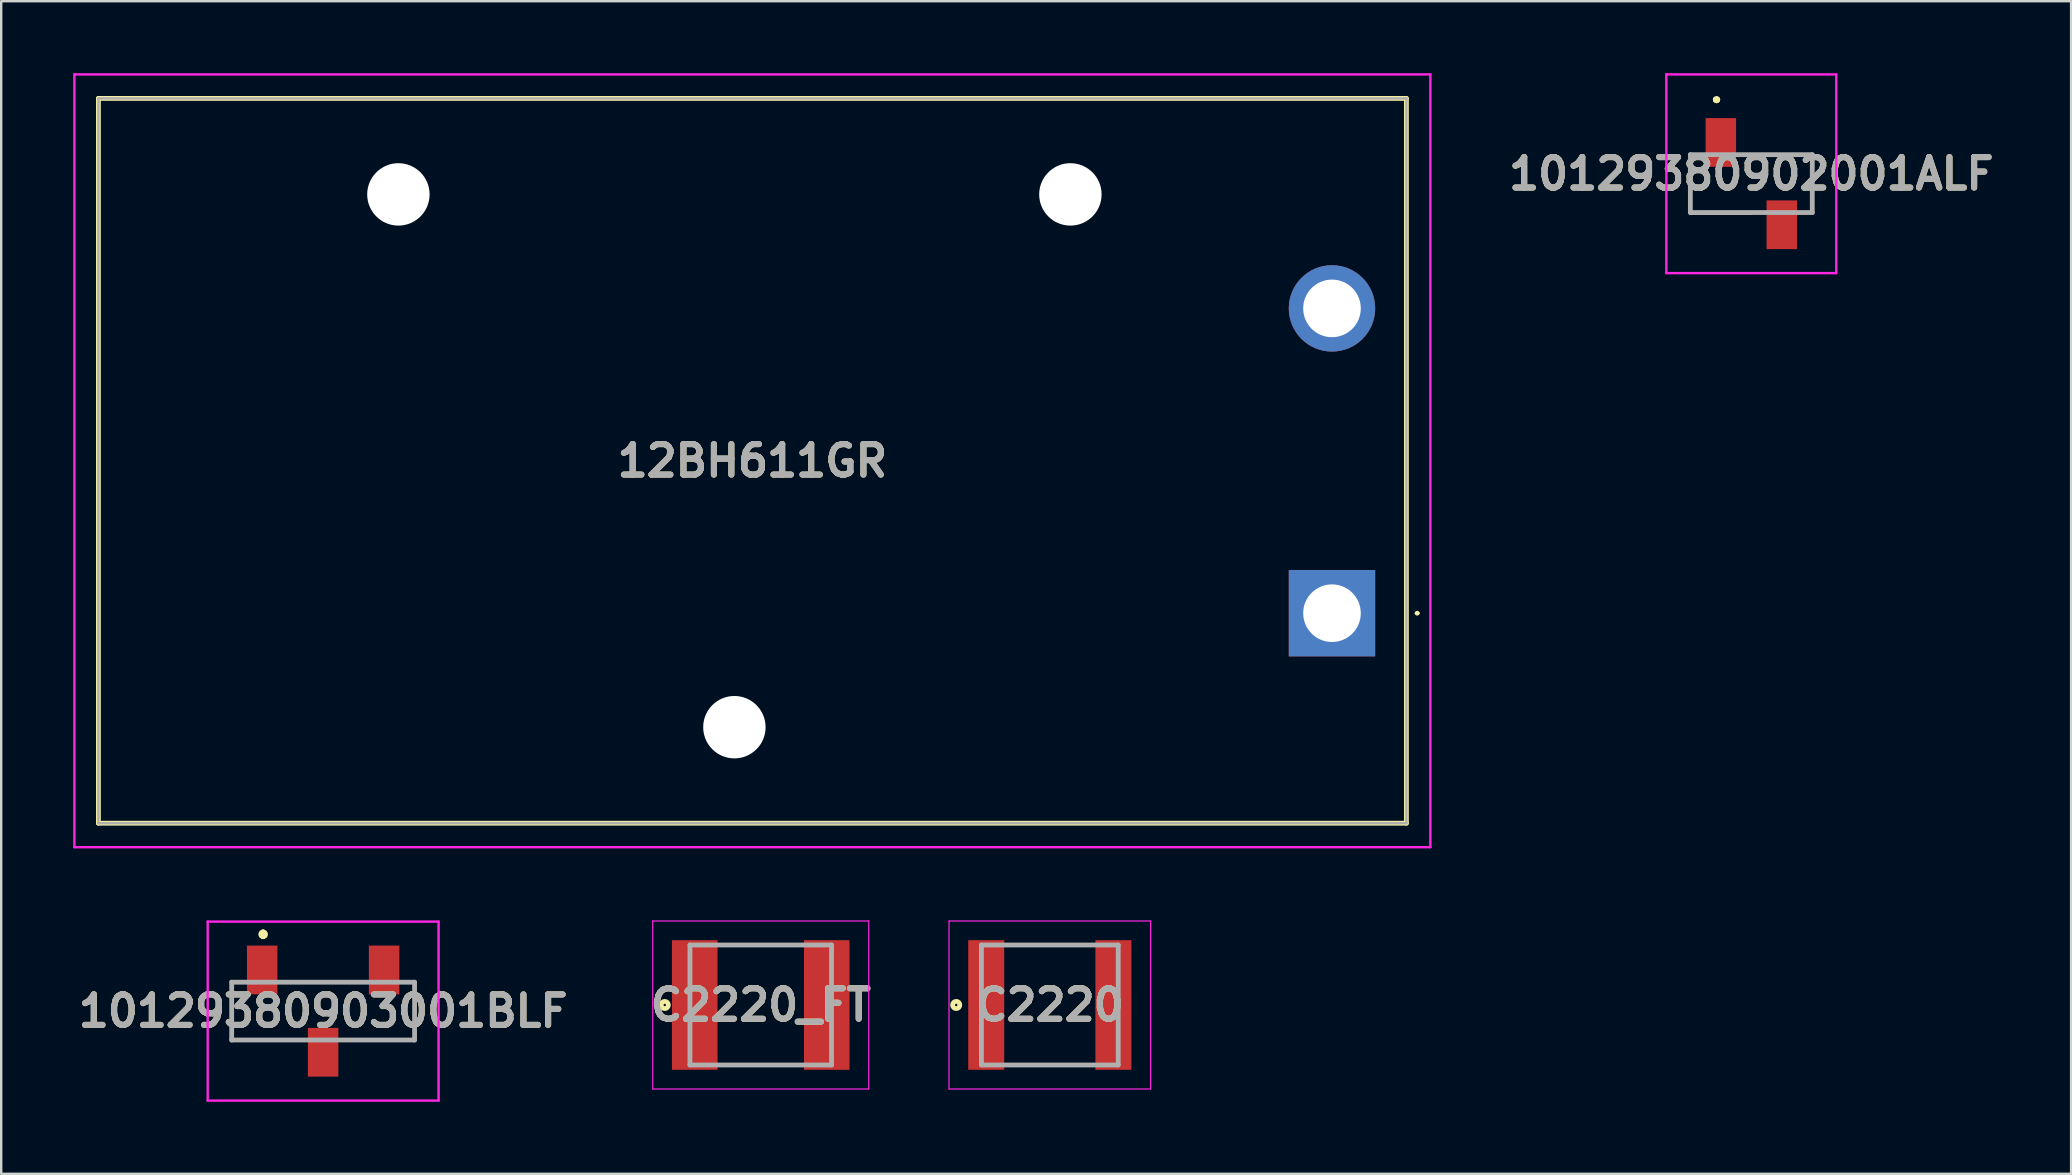
<source format=kicad_pcb>
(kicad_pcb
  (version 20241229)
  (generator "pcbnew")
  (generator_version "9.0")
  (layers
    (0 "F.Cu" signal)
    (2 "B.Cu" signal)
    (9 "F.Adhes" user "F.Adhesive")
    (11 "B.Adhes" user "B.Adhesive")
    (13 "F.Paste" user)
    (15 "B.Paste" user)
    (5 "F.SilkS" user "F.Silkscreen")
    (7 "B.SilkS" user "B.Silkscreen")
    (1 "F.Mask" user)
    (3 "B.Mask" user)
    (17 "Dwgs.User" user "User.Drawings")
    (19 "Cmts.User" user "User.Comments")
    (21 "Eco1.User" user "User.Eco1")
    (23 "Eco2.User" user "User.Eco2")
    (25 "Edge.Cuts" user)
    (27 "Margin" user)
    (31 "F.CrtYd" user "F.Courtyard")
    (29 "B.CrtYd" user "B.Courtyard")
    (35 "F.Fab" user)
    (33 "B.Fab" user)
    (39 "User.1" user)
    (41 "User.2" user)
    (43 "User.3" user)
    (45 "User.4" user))
  (footprint "C2220"
    (layer "F.Cu")
    (at 40.693 38.825)
    (property "Reference" "C2220" (at 0 0 0) (layer "F.SilkS") (effects (font (size 1.27 1.27) (thickness 0.254))))
    (attr smd)
    (fp_circle (center -3.9 0) (end -3.9 0.05) (stroke (width 0.2) (type solid)) (fill no) (layer "F.SilkS"))
    (fp_line (start -4.2 -3.5) (end 4.2 -3.5) (stroke (width 0.05) (type solid)) (layer "F.CrtYd"))
    (fp_line (start -4.2 3.5) (end -4.2 -3.5) (stroke (width 0.05) (type solid)) (layer "F.CrtYd"))
    (fp_line (start 4.2 -3.5) (end 4.2 3.5) (stroke (width 0.05) (type solid)) (layer "F.CrtYd"))
    (fp_line (start 4.2 3.5) (end -4.2 3.5) (stroke (width 0.05) (type solid)) (layer "F.CrtYd"))
    (fp_line (start -2.85 -2.5) (end 2.85 -2.5) (stroke (width 0.2) (type solid)) (layer "F.Fab"))
    (fp_line (start -2.85 2.5) (end -2.85 -2.5) (stroke (width 0.2) (type solid)) (layer "F.Fab"))
    (fp_line (start 2.85 -2.5) (end 2.85 2.5) (stroke (width 0.2) (type solid)) (layer "F.Fab"))
    (fp_line (start 2.85 2.5) (end -2.85 2.5) (stroke (width 0.2) (type solid)) (layer "F.Fab"))
    (fp_text user "${REFERENCE}" (at 0 0 0) (layer "F.Fab") (effects (font (size 1.27 1.27) (thickness 0.254))))
    (pad "1" smd rect (at -2.65 0) (size 1.5 5.4) (layers "F.Cu" "F.Mask" "F.Paste"))
    (pad "2" smd rect (at 2.65 0) (size 1.5 5.4) (layers "F.Cu" "F.Mask" "F.Paste")))
  (footprint "C2220_FT"
    (layer "F.Cu")
    (at 28.648 38.825)
    (property "Reference" "C2220_FT" (at 0 0 0) (layer "F.SilkS") (effects (font (size 1.27 1.27) (thickness 0.254))))
    (attr smd)
    (fp_circle (center -4 0) (end -4 0.05) (stroke (width 0.2) (type solid)) (fill no) (layer "F.SilkS"))
    (fp_line (start -4.5 -3.5) (end 4.5 -3.5) (stroke (width 0.05) (type solid)) (layer "F.CrtYd"))
    (fp_line (start -4.5 3.5) (end -4.5 -3.5) (stroke (width 0.05) (type solid)) (layer "F.CrtYd"))
    (fp_line (start 4.5 -3.5) (end 4.5 3.5) (stroke (width 0.05) (type solid)) (layer "F.CrtYd"))
    (fp_line (start 4.5 3.5) (end -4.5 3.5) (stroke (width 0.05) (type solid)) (layer "F.CrtYd"))
    (fp_line (start -2.95 -2.5) (end 2.95 -2.5) (stroke (width 0.2) (type solid)) (layer "F.Fab"))
    (fp_line (start -2.95 2.5) (end -2.95 -2.5) (stroke (width 0.2) (type solid)) (layer "F.Fab"))
    (fp_line (start 2.95 -2.5) (end 2.95 2.5) (stroke (width 0.2) (type solid)) (layer "F.Fab"))
    (fp_line (start 2.95 2.5) (end -2.95 2.5) (stroke (width 0.2) (type solid)) (layer "F.Fab"))
    (fp_text user "${REFERENCE}" (at 0 0 0) (layer "F.Fab") (effects (font (size 1.27 1.27) (thickness 0.254))))
    (pad "1" smd rect (at -2.75 0) (size 1.9 5.4) (layers "F.Cu" "F.Mask" "F.Paste"))
    (pad "2" smd rect (at 2.75 0) (size 1.9 5.4) (layers "F.Cu" "F.Mask" "F.Paste")))
  (footprint "10129380902001ALF"
    (layer "F.Cu")
    (at 69.923 4.6)
    (property "Reference" "10129380902001ALF" (at 0 -0.41 0) (layer "F.SilkS") (effects (font (size 1.27 1.27) (thickness 0.254))))
    (attr smd)
    (fp_line (start -2.54 -1.205) (end -2.54 -1.205) (stroke (width 0.1) (type solid)) (layer "F.SilkS"))
    (fp_line (start -2.54 -1.205) (end -2.54 1.205) (stroke (width 0.1) (type solid)) (layer "F.SilkS"))
    (fp_line (start -2.54 1.205) (end -2.54 -1.205) (stroke (width 0.1) (type solid)) (layer "F.SilkS"))
    (fp_line (start -2.54 1.205) (end -2.54 1.205) (stroke (width 0.1) (type solid)) (layer "F.SilkS"))
    (fp_line (start -2.54 1.25) (end -2.54 1.25) (stroke (width 0.1) (type solid)) (layer "F.SilkS"))
    (fp_line (start -2.54 1.25) (end 0 1.25) (stroke (width 0.1) (type solid)) (layer "F.SilkS"))
    (fp_line (start -1.5 -3.5) (end -1.5 -3.5) (stroke (width 0.2) (type solid)) (layer "F.SilkS"))
    (fp_line (start -1.5 -3.5) (end -1.5 -3.5) (stroke (width 0.2) (type solid)) (layer "F.SilkS"))
    (fp_line (start -1.4 -3.5) (end -1.4 -3.5) (stroke (width 0.2) (type solid)) (layer "F.SilkS"))
    (fp_line (start 0 -1.205) (end 0 -1.205) (stroke (width 0.1) (type solid)) (layer "F.SilkS"))
    (fp_line (start 0 -1.205) (end 2.54 -1.205) (stroke (width 0.1) (type solid)) (layer "F.SilkS"))
    (fp_line (start 0 1.25) (end -2.54 1.25) (stroke (width 0.1) (type solid)) (layer "F.SilkS"))
    (fp_line (start 0 1.25) (end 0 1.25) (stroke (width 0.1) (type solid)) (layer "F.SilkS"))
    (fp_line (start 2.54 -1.205) (end 0 -1.205) (stroke (width 0.1) (type solid)) (layer "F.SilkS"))
    (fp_line (start 2.54 -1.205) (end 2.54 -1.205) (stroke (width 0.1) (type solid)) (layer "F.SilkS"))
    (fp_line (start 2.54 -1.205) (end 2.54 -1.205) (stroke (width 0.1) (type solid)) (layer "F.SilkS"))
    (fp_line (start 2.54 -1.205) (end 2.54 1.205) (stroke (width 0.1) (type solid)) (layer "F.SilkS"))
    (fp_line (start 2.54 1.205) (end 2.54 -1.205) (stroke (width 0.1) (type solid)) (layer "F.SilkS"))
    (fp_line (start 2.54 1.205) (end 2.54 1.205) (stroke (width 0.1) (type solid)) (layer "F.SilkS"))
    (fp_arc (start -1.5 -3.5) (mid -1.45 -3.55) (end -1.4 -3.5) (stroke (width 0.2) (type solid)) (layer "F.SilkS"))
    (fp_arc (start -1.4 -3.5) (mid -1.45 -3.45) (end -1.5 -3.5) (stroke (width 0.2) (type solid)) (layer "F.SilkS"))
    (fp_arc (start -1.4 -3.5) (mid -1.45 -3.45) (end -1.5 -3.5) (stroke (width 0.2) (type solid)) (layer "F.SilkS"))
    (fp_line (start -3.54 -4.55) (end 3.54 -4.55) (stroke (width 0.1) (type solid)) (layer "F.CrtYd"))
    (fp_line (start -3.54 3.73) (end -3.54 -4.55) (stroke (width 0.1) (type solid)) (layer "F.CrtYd"))
    (fp_line (start 3.54 -4.55) (end 3.54 3.73) (stroke (width 0.1) (type solid)) (layer "F.CrtYd"))
    (fp_line (start 3.54 3.73) (end -3.54 3.73) (stroke (width 0.1) (type solid)) (layer "F.CrtYd"))
    (fp_line (start -2.54 -1.205) (end -2.54 1.205) (stroke (width 0.2) (type solid)) (layer "F.Fab"))
    (fp_line (start -2.54 1.205) (end 2.54 1.205) (stroke (width 0.2) (type solid)) (layer "F.Fab"))
    (fp_line (start 2.54 -1.205) (end -2.54 -1.205) (stroke (width 0.2) (type solid)) (layer "F.Fab"))
    (fp_line (start 2.54 1.205) (end 2.54 -1.205) (stroke (width 0.2) (type solid)) (layer "F.Fab"))
    (fp_text user "${REFERENCE}" (at 0 -0.41 0) (layer "F.Fab") (effects (font (size 1.27 1.27) (thickness 0.254))))
    (pad "1" smd rect (at -1.27 -1.715) (size 1.27 2.03) (layers "F.Cu" "F.Mask" "F.Paste"))
    (pad "2" smd rect (at 1.27 1.715) (size 1.27 2.03) (layers "F.Cu" "F.Mask" "F.Paste")))
  (footprint "12BH611GR"
    (layer "F.Cu")
    (at 52.45 22.5)
    (property "Reference" "12BH611GR" (at -24.15 -6.35 0) (layer "F.SilkS") (effects (font (size 1.27 1.27) (thickness 0.254))))
    (attr through_hole)
    (fp_line (start -51.4 -21.45) (end -51.4 8.75) (stroke (width 0.2) (type solid)) (layer "F.SilkS"))
    (fp_line (start -51.4 8.75) (end 3.1 8.75) (stroke (width 0.2) (type solid)) (layer "F.SilkS"))
    (fp_line (start 3.1 -21.45) (end -51.4 -21.45) (stroke (width 0.2) (type solid)) (layer "F.SilkS"))
    (fp_line (start 3.1 8.75) (end 3.1 -21.45) (stroke (width 0.2) (type solid)) (layer "F.SilkS"))
    (fp_line (start 3.5 0) (end 3.5 0) (stroke (width 0.1) (type solid)) (layer "F.SilkS"))
    (fp_line (start 3.6 0) (end 3.6 0) (stroke (width 0.1) (type solid)) (layer "F.SilkS"))
    (fp_arc (start 3.5 0) (mid 3.55 -0.05) (end 3.6 0) (stroke (width 0.1) (type solid)) (layer "F.SilkS"))
    (fp_arc (start 3.6 0) (mid 3.55 0.05) (end 3.5 0) (stroke (width 0.1) (type solid)) (layer "F.SilkS"))
    (fp_line (start -52.4 -22.45) (end 4.1 -22.45) (stroke (width 0.1) (type solid)) (layer "F.CrtYd"))
    (fp_line (start -52.4 9.75) (end -52.4 -22.45) (stroke (width 0.1) (type solid)) (layer "F.CrtYd"))
    (fp_line (start 4.1 -22.45) (end 4.1 9.75) (stroke (width 0.1) (type solid)) (layer "F.CrtYd"))
    (fp_line (start 4.1 9.75) (end -52.4 9.75) (stroke (width 0.1) (type solid)) (layer "F.CrtYd"))
    (fp_line (start -51.4 -21.45) (end 3.1 -21.45) (stroke (width 0.1) (type solid)) (layer "F.Fab"))
    (fp_line (start -51.4 8.75) (end -51.4 -21.45) (stroke (width 0.1) (type solid)) (layer "F.Fab"))
    (fp_line (start 3.1 -21.45) (end 3.1 8.75) (stroke (width 0.1) (type solid)) (layer "F.Fab"))
    (fp_line (start 3.1 8.75) (end -51.4 8.75) (stroke (width 0.1) (type solid)) (layer "F.Fab"))
    (fp_text user "${REFERENCE}" (at -24.15 -6.35 0) (layer "F.Fab") (effects (font (size 1.27 1.27) (thickness 0.254))))
    (pad "" np_thru_hole circle (at -38.9 -17.45) (size 2.6 2.6) (drill 2.6) (layers "*.Cu" "*.Mask"))
    (pad "" np_thru_hole circle (at -24.9 4.75) (size 2.6 2.6) (drill 2.6) (layers "*.Cu" "*.Mask"))
    (pad "" np_thru_hole circle (at -10.9 -17.45) (size 2.6 2.6) (drill 2.6) (layers "*.Cu" "*.Mask"))
    (pad "1" thru_hole rect (at 0 0) (size 3.6 3.6) (drill 2.4) (layers "*.Cu" "*.Mask"))
    (pad "2" thru_hole circle (at 0 -12.7) (size 3.6 3.6) (drill 2.4) (layers "*.Cu" "*.Mask")))
  (footprint "10129380903001BLF"
    (layer "F.Cu")
    (at 10.414 39.08)
    (property "Reference" "10129380903001BLF" (at 0 0 0) (layer "F.SilkS") (effects (font (size 1.27 1.27) (thickness 0.254))))
    (attr smd)
    (fp_line (start -3.81 -1.205) (end -3.81 1.205) (stroke (width 0.1) (type solid)) (layer "F.SilkS"))
    (fp_line (start -3.81 1.205) (end -1.5 1.205) (stroke (width 0.1) (type solid)) (layer "F.SilkS"))
    (fp_line (start -2.5 -3.3) (end -2.5 -3.3) (stroke (width 0.2) (type solid)) (layer "F.SilkS"))
    (fp_line (start -2.5 -3.1) (end -2.5 -3.1) (stroke (width 0.2) (type solid)) (layer "F.SilkS"))
    (fp_line (start -1 -1.205) (end 1.5 -1.205) (stroke (width 0.1) (type solid)) (layer "F.SilkS"))
    (fp_line (start 1.5 1.205) (end 3.81 1.205) (stroke (width 0.1) (type solid)) (layer "F.SilkS"))
    (fp_line (start 3.81 1.205) (end 3.81 -1.205) (stroke (width 0.1) (type solid)) (layer "F.SilkS"))
    (fp_arc (start -2.5 -3.3) (mid -2.4 -3.2) (end -2.5 -3.1) (stroke (width 0.2) (type solid)) (layer "F.SilkS"))
    (fp_arc (start -2.5 -3.1) (mid -2.6 -3.2) (end -2.5 -3.3) (stroke (width 0.2) (type solid)) (layer "F.SilkS"))
    (fp_line (start -4.81 -3.73) (end 4.81 -3.73) (stroke (width 0.1) (type solid)) (layer "F.CrtYd"))
    (fp_line (start -4.81 3.73) (end -4.81 -3.73) (stroke (width 0.1) (type solid)) (layer "F.CrtYd"))
    (fp_line (start 4.81 -3.73) (end 4.81 3.73) (stroke (width 0.1) (type solid)) (layer "F.CrtYd"))
    (fp_line (start 4.81 3.73) (end -4.81 3.73) (stroke (width 0.1) (type solid)) (layer "F.CrtYd"))
    (fp_line (start -3.81 -1.205) (end 3.81 -1.205) (stroke (width 0.2) (type solid)) (layer "F.Fab"))
    (fp_line (start -3.81 1.205) (end -3.81 -1.205) (stroke (width 0.2) (type solid)) (layer "F.Fab"))
    (fp_line (start 3.81 -1.205) (end 3.81 1.205) (stroke (width 0.2) (type solid)) (layer "F.Fab"))
    (fp_line (start 3.81 1.205) (end -3.81 1.205) (stroke (width 0.2) (type solid)) (layer "F.Fab"))
    (fp_text user "${REFERENCE}" (at 0 0 0) (layer "F.Fab") (effects (font (size 1.27 1.27) (thickness 0.254))))
    (pad "1" smd rect (at -2.54 -1.715) (size 1.27 2.03) (layers "F.Cu" "F.Mask" "F.Paste"))
    (pad "2" smd rect (at 0 1.715) (size 1.27 2.03) (layers "F.Cu" "F.Mask" "F.Paste"))
    (pad "3" smd rect (at 2.54 -1.715) (size 1.27 2.03) (layers "F.Cu" "F.Mask" "F.Paste")))
  (gr_rect
    (start -3 -3)
    (end 83.247 45.86)
    (stroke (width 0.1) (type default))
    (fill no)
    (layer "Edge.Cuts")))
</source>
